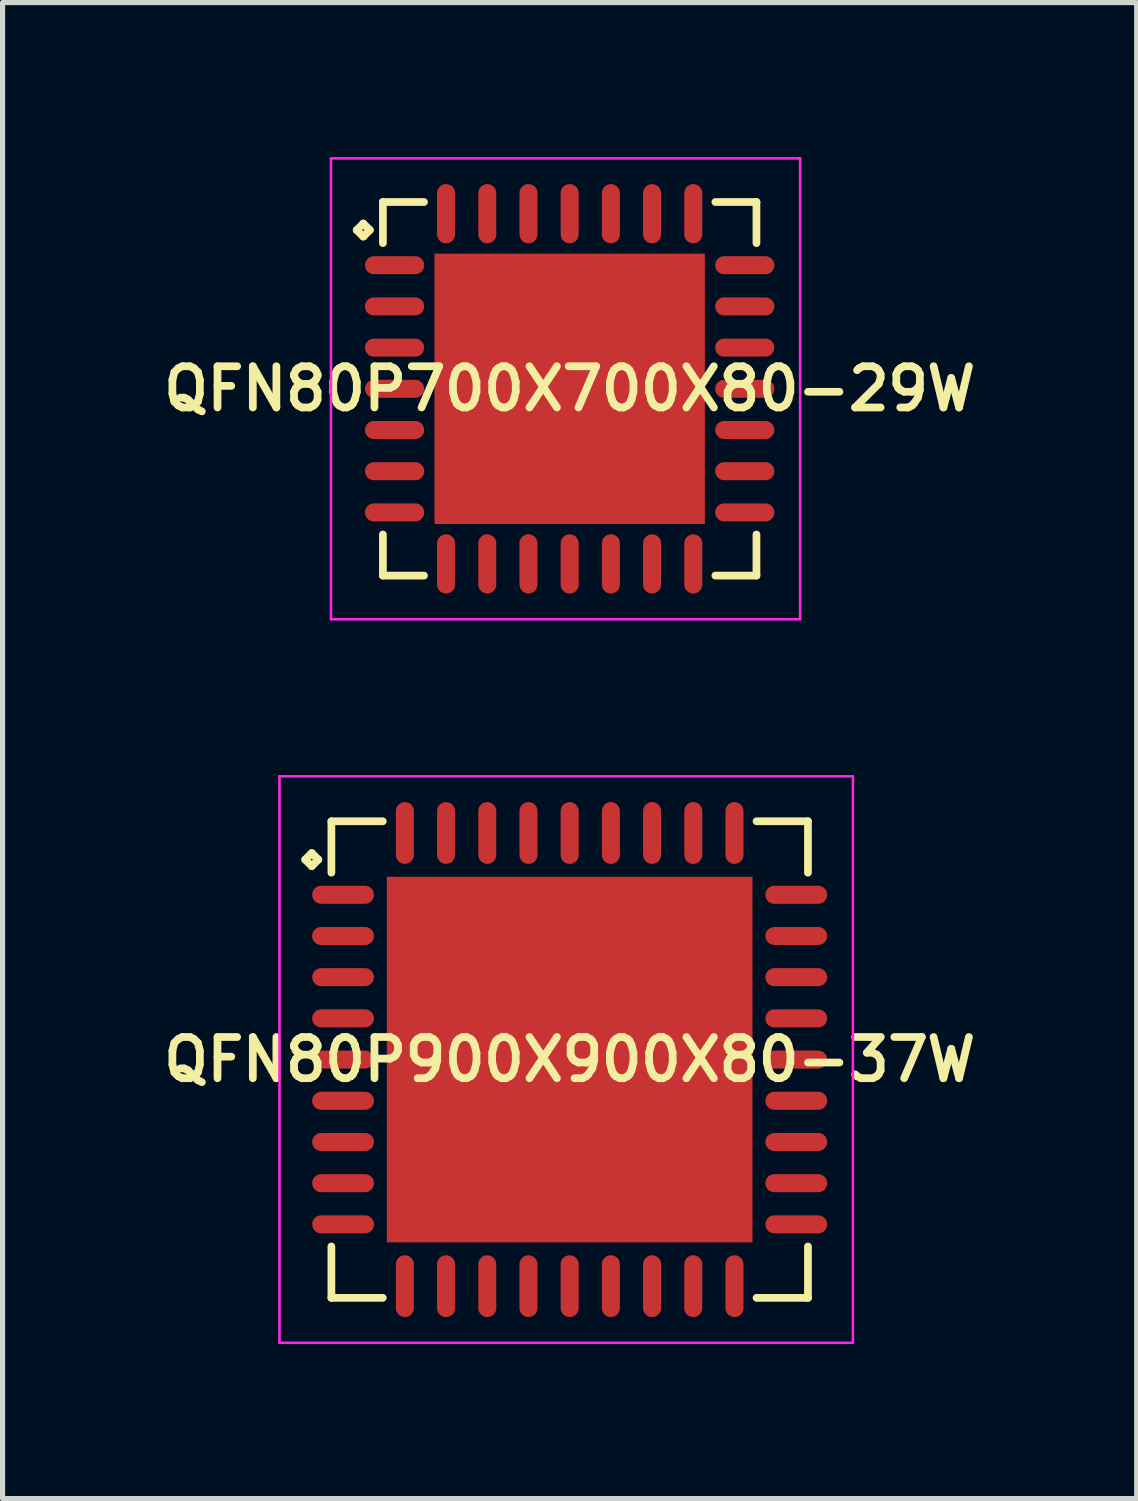
<source format=kicad_pcb>
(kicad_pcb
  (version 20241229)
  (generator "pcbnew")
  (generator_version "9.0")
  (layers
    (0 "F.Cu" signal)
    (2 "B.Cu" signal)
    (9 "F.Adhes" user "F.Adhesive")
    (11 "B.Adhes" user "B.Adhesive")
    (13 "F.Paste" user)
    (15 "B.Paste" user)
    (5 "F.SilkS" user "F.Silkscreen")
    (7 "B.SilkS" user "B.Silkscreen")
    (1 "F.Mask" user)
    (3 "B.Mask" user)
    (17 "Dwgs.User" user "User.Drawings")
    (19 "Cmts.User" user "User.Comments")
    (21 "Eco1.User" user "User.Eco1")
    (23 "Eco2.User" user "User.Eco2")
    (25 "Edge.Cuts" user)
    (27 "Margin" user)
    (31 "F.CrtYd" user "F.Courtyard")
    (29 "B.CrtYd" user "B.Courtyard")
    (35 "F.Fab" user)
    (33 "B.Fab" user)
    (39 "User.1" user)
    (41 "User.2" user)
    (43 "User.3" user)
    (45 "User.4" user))
  (footprint "QFN80P700X700X80-29W"
    (layer "F.Cu")
    (at 8.012 4.5)
    (property "Reference" "QFN80P700X700X80-29W" (at 0 0 0) (layer "F.SilkS") (effects (font (size 0.8 0.8) (thickness 0.15))))
    (attr smd)
    (fp_line (start -4.135 -3.083) (end -4.008 -3.21) (stroke (width 0.15) (type solid)) (layer "F.SilkS"))
    (fp_line (start -4.008 -3.21) (end -3.881 -3.083) (stroke (width 0.15) (type solid)) (layer "F.SilkS"))
    (fp_line (start -4.008 -2.956) (end -4.135 -3.083) (stroke (width 0.15) (type solid)) (layer "F.SilkS"))
    (fp_line (start -3.881 -3.083) (end -4.008 -2.956) (stroke (width 0.15) (type solid)) (layer "F.SilkS"))
    (fp_line (start -3.627 -3.627) (end -2.829 -3.627) (stroke (width 0.15) (type solid)) (layer "F.SilkS"))
    (fp_line (start -3.627 -2.829) (end -3.627 -3.627) (stroke (width 0.15) (type solid)) (layer "F.SilkS"))
    (fp_line (start -3.627 2.829) (end -3.627 3.627) (stroke (width 0.15) (type solid)) (layer "F.SilkS"))
    (fp_line (start -3.627 3.627) (end -2.829 3.627) (stroke (width 0.15) (type solid)) (layer "F.SilkS"))
    (fp_line (start 2.829 -3.627) (end 3.627 -3.627) (stroke (width 0.15) (type solid)) (layer "F.SilkS"))
    (fp_line (start 2.829 3.627) (end 3.627 3.627) (stroke (width 0.15) (type solid)) (layer "F.SilkS"))
    (fp_line (start 3.627 -3.627) (end 3.627 -2.829) (stroke (width 0.15) (type solid)) (layer "F.SilkS"))
    (fp_line (start 3.627 3.627) (end 3.627 2.829) (stroke (width 0.15) (type solid)) (layer "F.SilkS"))
    (fp_line (start -4.635 -4.475) (end 4.475 -4.475) (stroke (width 0.05) (type solid)) (layer "F.CrtYd"))
    (fp_line (start -4.635 4.475) (end -4.635 -4.475) (stroke (width 0.05) (type solid)) (layer "F.CrtYd"))
    (fp_line (start 4.475 -4.475) (end 4.475 4.475) (stroke (width 0.05) (type solid)) (layer "F.CrtYd"))
    (fp_line (start 4.475 4.475) (end -4.635 4.475) (stroke (width 0.05) (type solid)) (layer "F.CrtYd"))
    (pad "1" smd oval (at -3.4 -2.4) (size 1.15 0.35) (layers "F.Cu" "F.Mask" "F.Paste"))
    (pad "2" smd oval (at -3.4 -1.6) (size 1.15 0.35) (layers "F.Cu" "F.Mask" "F.Paste"))
    (pad "3" smd oval (at -3.4 -0.8) (size 1.15 0.35) (layers "F.Cu" "F.Mask" "F.Paste"))
    (pad "4" smd oval (at -3.4 0) (size 1.15 0.35) (layers "F.Cu" "F.Mask" "F.Paste"))
    (pad "5" smd oval (at -3.4 0.8) (size 1.15 0.35) (layers "F.Cu" "F.Mask" "F.Paste"))
    (pad "6" smd oval (at -3.4 1.6) (size 1.15 0.35) (layers "F.Cu" "F.Mask" "F.Paste"))
    (pad "7" smd oval (at -3.4 2.4) (size 1.15 0.35) (layers "F.Cu" "F.Mask" "F.Paste"))
    (pad "8" smd oval (at -2.4 3.4) (size 0.35 1.15) (layers "F.Cu" "F.Mask" "F.Paste"))
    (pad "9" smd oval (at -1.6 3.4) (size 0.35 1.15) (layers "F.Cu" "F.Mask" "F.Paste"))
    (pad "10" smd oval (at -0.8 3.4) (size 0.35 1.15) (layers "F.Cu" "F.Mask" "F.Paste"))
    (pad "11" smd oval (at 0 3.4) (size 0.35 1.15) (layers "F.Cu" "F.Mask" "F.Paste"))
    (pad "12" smd oval (at 0.8 3.4) (size 0.35 1.15) (layers "F.Cu" "F.Mask" "F.Paste"))
    (pad "13" smd oval (at 1.6 3.4) (size 0.35 1.15) (layers "F.Cu" "F.Mask" "F.Paste"))
    (pad "14" smd oval (at 2.4 3.4) (size 0.35 1.15) (layers "F.Cu" "F.Mask" "F.Paste"))
    (pad "15" smd oval (at 3.4 2.4) (size 1.15 0.35) (layers "F.Cu" "F.Mask" "F.Paste"))
    (pad "16" smd oval (at 3.4 1.6) (size 1.15 0.35) (layers "F.Cu" "F.Mask" "F.Paste"))
    (pad "17" smd oval (at 3.4 0.8) (size 1.15 0.35) (layers "F.Cu" "F.Mask" "F.Paste"))
    (pad "18" smd oval (at 3.4 0) (size 1.15 0.35) (layers "F.Cu" "F.Mask" "F.Paste"))
    (pad "19" smd oval (at 3.4 -0.8) (size 1.15 0.35) (layers "F.Cu" "F.Mask" "F.Paste"))
    (pad "20" smd oval (at 3.4 -1.6) (size 1.15 0.35) (layers "F.Cu" "F.Mask" "F.Paste"))
    (pad "21" smd oval (at 3.4 -2.4) (size 1.15 0.35) (layers "F.Cu" "F.Mask" "F.Paste"))
    (pad "22" smd oval (at 2.4 -3.4) (size 0.35 1.15) (layers "F.Cu" "F.Mask" "F.Paste"))
    (pad "23" smd oval (at 1.6 -3.4) (size 0.35 1.15) (layers "F.Cu" "F.Mask" "F.Paste"))
    (pad "24" smd oval (at 0.8 -3.4) (size 0.35 1.15) (layers "F.Cu" "F.Mask" "F.Paste"))
    (pad "25" smd oval (at 0 -3.4) (size 0.35 1.15) (layers "F.Cu" "F.Mask" "F.Paste"))
    (pad "26" smd oval (at -0.8 -3.4) (size 0.35 1.15) (layers "F.Cu" "F.Mask" "F.Paste"))
    (pad "27" smd oval (at -1.6 -3.4) (size 0.35 1.15) (layers "F.Cu" "F.Mask" "F.Paste"))
    (pad "28" smd oval (at -2.4 -3.4) (size 0.35 1.15) (layers "F.Cu" "F.Mask" "F.Paste"))
    (pad "29" smd rect (at 0 0) (size 5.25 5.25) (layers "F.Cu" "F.Mask" "F.Paste")))
  (footprint "QFN80P900X900X80-37W"
    (layer "F.Cu")
    (at 8.012 17.525)
    (property "Reference" "QFN80P900X900X80-37W" (at 0 0 0) (layer "F.SilkS") (effects (font (size 0.8 0.8) (thickness 0.15))))
    (attr smd)
    (fp_line (start -5.135 -3.883) (end -5.008 -4.01) (stroke (width 0.15) (type solid)) (layer "F.SilkS"))
    (fp_line (start -5.008 -4.01) (end -4.881 -3.883) (stroke (width 0.15) (type solid)) (layer "F.SilkS"))
    (fp_line (start -5.008 -3.756) (end -5.135 -3.883) (stroke (width 0.15) (type solid)) (layer "F.SilkS"))
    (fp_line (start -4.881 -3.883) (end -5.008 -3.756) (stroke (width 0.15) (type solid)) (layer "F.SilkS"))
    (fp_line (start -4.627 -4.627) (end -3.629 -4.627) (stroke (width 0.15) (type solid)) (layer "F.SilkS"))
    (fp_line (start -4.627 -3.629) (end -4.627 -4.627) (stroke (width 0.15) (type solid)) (layer "F.SilkS"))
    (fp_line (start -4.627 3.629) (end -4.627 4.627) (stroke (width 0.15) (type solid)) (layer "F.SilkS"))
    (fp_line (start -4.627 4.627) (end -3.629 4.627) (stroke (width 0.15) (type solid)) (layer "F.SilkS"))
    (fp_line (start 3.629 -4.627) (end 4.627 -4.627) (stroke (width 0.15) (type solid)) (layer "F.SilkS"))
    (fp_line (start 3.629 4.627) (end 4.627 4.627) (stroke (width 0.15) (type solid)) (layer "F.SilkS"))
    (fp_line (start 4.627 -4.627) (end 4.627 -3.629) (stroke (width 0.15) (type solid)) (layer "F.SilkS"))
    (fp_line (start 4.627 4.627) (end 4.627 3.629) (stroke (width 0.15) (type solid)) (layer "F.SilkS"))
    (fp_line (start -5.635 -5.5) (end 5.5 -5.5) (stroke (width 0.05) (type solid)) (layer "F.CrtYd"))
    (fp_line (start -5.635 5.5) (end -5.635 -5.5) (stroke (width 0.05) (type solid)) (layer "F.CrtYd"))
    (fp_line (start 5.5 -5.5) (end 5.5 5.5) (stroke (width 0.05) (type solid)) (layer "F.CrtYd"))
    (fp_line (start 5.5 5.5) (end -5.635 5.5) (stroke (width 0.05) (type solid)) (layer "F.CrtYd"))
    (pad "1" smd oval (at -4.4 -3.2) (size 1.2 0.35) (layers "F.Cu" "F.Mask" "F.Paste"))
    (pad "2" smd oval (at -4.4 -2.4) (size 1.2 0.35) (layers "F.Cu" "F.Mask" "F.Paste"))
    (pad "3" smd oval (at -4.4 -1.6) (size 1.2 0.35) (layers "F.Cu" "F.Mask" "F.Paste"))
    (pad "4" smd oval (at -4.4 -0.8) (size 1.2 0.35) (layers "F.Cu" "F.Mask" "F.Paste"))
    (pad "5" smd oval (at -4.4 0) (size 1.2 0.35) (layers "F.Cu" "F.Mask" "F.Paste"))
    (pad "6" smd oval (at -4.4 0.8) (size 1.2 0.35) (layers "F.Cu" "F.Mask" "F.Paste"))
    (pad "7" smd oval (at -4.4 1.6) (size 1.2 0.35) (layers "F.Cu" "F.Mask" "F.Paste"))
    (pad "8" smd oval (at -4.4 2.4) (size 1.2 0.35) (layers "F.Cu" "F.Mask" "F.Paste"))
    (pad "9" smd oval (at -4.4 3.2) (size 1.2 0.35) (layers "F.Cu" "F.Mask" "F.Paste"))
    (pad "10" smd oval (at -3.2 4.4) (size 0.35 1.2) (layers "F.Cu" "F.Mask" "F.Paste"))
    (pad "11" smd oval (at -2.4 4.4) (size 0.35 1.2) (layers "F.Cu" "F.Mask" "F.Paste"))
    (pad "12" smd oval (at -1.6 4.4) (size 0.35 1.2) (layers "F.Cu" "F.Mask" "F.Paste"))
    (pad "13" smd oval (at -0.8 4.4) (size 0.35 1.2) (layers "F.Cu" "F.Mask" "F.Paste"))
    (pad "14" smd oval (at 0 4.4) (size 0.35 1.2) (layers "F.Cu" "F.Mask" "F.Paste"))
    (pad "15" smd oval (at 0.8 4.4) (size 0.35 1.2) (layers "F.Cu" "F.Mask" "F.Paste"))
    (pad "16" smd oval (at 1.6 4.4) (size 0.35 1.2) (layers "F.Cu" "F.Mask" "F.Paste"))
    (pad "17" smd oval (at 2.4 4.4) (size 0.35 1.2) (layers "F.Cu" "F.Mask" "F.Paste"))
    (pad "18" smd oval (at 3.2 4.4) (size 0.35 1.2) (layers "F.Cu" "F.Mask" "F.Paste"))
    (pad "19" smd oval (at 4.4 3.2) (size 1.2 0.35) (layers "F.Cu" "F.Mask" "F.Paste"))
    (pad "20" smd oval (at 4.4 2.4) (size 1.2 0.35) (layers "F.Cu" "F.Mask" "F.Paste"))
    (pad "21" smd oval (at 4.4 1.6) (size 1.2 0.35) (layers "F.Cu" "F.Mask" "F.Paste"))
    (pad "22" smd oval (at 4.4 0.8) (size 1.2 0.35) (layers "F.Cu" "F.Mask" "F.Paste"))
    (pad "23" smd oval (at 4.4 0) (size 1.2 0.35) (layers "F.Cu" "F.Mask" "F.Paste"))
    (pad "24" smd oval (at 4.4 -0.8) (size 1.2 0.35) (layers "F.Cu" "F.Mask" "F.Paste"))
    (pad "25" smd oval (at 4.4 -1.6) (size 1.2 0.35) (layers "F.Cu" "F.Mask" "F.Paste"))
    (pad "26" smd oval (at 4.4 -2.4) (size 1.2 0.35) (layers "F.Cu" "F.Mask" "F.Paste"))
    (pad "27" smd oval (at 4.4 -3.2) (size 1.2 0.35) (layers "F.Cu" "F.Mask" "F.Paste"))
    (pad "28" smd oval (at 3.2 -4.4) (size 0.35 1.2) (layers "F.Cu" "F.Mask" "F.Paste"))
    (pad "29" smd oval (at 2.4 -4.4) (size 0.35 1.2) (layers "F.Cu" "F.Mask" "F.Paste"))
    (pad "30" smd oval (at 1.6 -4.4) (size 0.35 1.2) (layers "F.Cu" "F.Mask" "F.Paste"))
    (pad "31" smd oval (at 0.8 -4.4) (size 0.35 1.2) (layers "F.Cu" "F.Mask" "F.Paste"))
    (pad "32" smd oval (at 0 -4.4) (size 0.35 1.2) (layers "F.Cu" "F.Mask" "F.Paste"))
    (pad "33" smd oval (at -0.8 -4.4) (size 0.35 1.2) (layers "F.Cu" "F.Mask" "F.Paste"))
    (pad "34" smd oval (at -1.6 -4.4) (size 0.35 1.2) (layers "F.Cu" "F.Mask" "F.Paste"))
    (pad "35" smd oval (at -2.4 -4.4) (size 0.35 1.2) (layers "F.Cu" "F.Mask" "F.Paste"))
    (pad "36" smd oval (at -3.2 -4.4) (size 0.35 1.2) (layers "F.Cu" "F.Mask" "F.Paste"))
    (pad "37" smd rect (at 0 0) (size 7.1 7.1) (layers "F.Cu" "F.Mask" "F.Paste")))
  (gr_rect
    (start -3 -3)
    (end 19.023 26.05)
    (stroke (width 0.1) (type default))
    (fill no)
    (layer "Edge.Cuts")))
</source>
